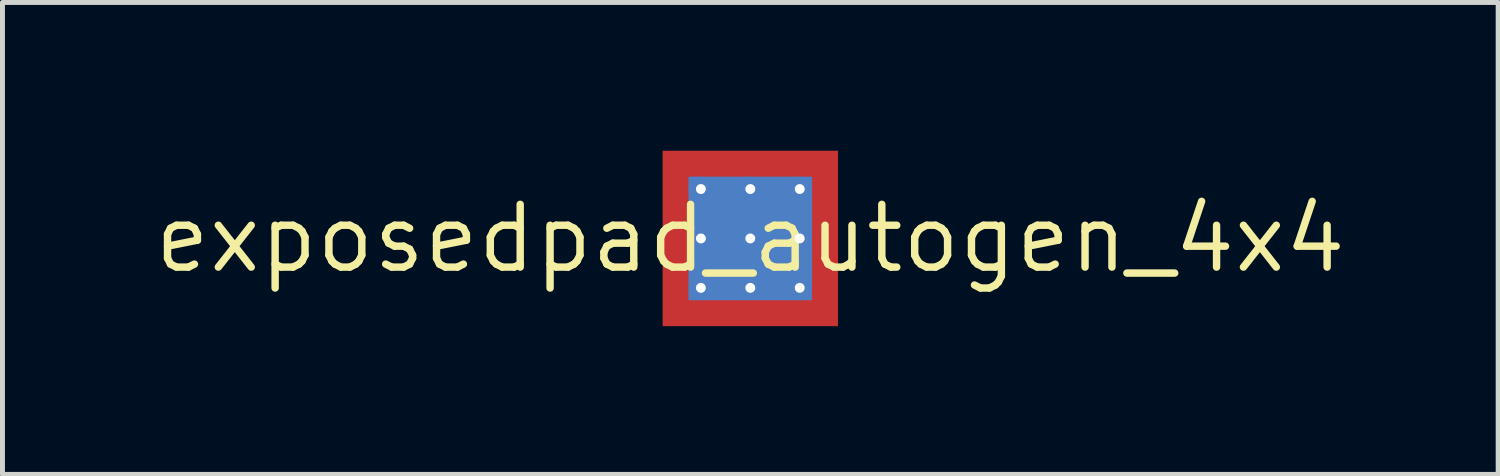
<source format=kicad_pcb>
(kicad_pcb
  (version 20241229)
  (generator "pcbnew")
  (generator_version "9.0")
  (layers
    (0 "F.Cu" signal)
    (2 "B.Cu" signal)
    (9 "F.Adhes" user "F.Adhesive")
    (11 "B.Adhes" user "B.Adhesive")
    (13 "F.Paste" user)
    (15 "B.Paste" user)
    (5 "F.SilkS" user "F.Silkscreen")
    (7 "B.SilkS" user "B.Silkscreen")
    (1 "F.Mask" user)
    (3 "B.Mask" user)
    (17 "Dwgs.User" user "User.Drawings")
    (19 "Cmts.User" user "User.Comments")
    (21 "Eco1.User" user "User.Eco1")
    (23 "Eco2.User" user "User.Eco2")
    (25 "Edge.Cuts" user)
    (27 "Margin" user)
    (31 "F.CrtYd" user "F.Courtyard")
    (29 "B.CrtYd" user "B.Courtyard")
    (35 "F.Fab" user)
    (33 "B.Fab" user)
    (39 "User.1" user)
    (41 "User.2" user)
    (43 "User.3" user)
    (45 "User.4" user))
  (footprint "exposedpad_autogen_4x4"
    (layer "F.Cu")
    (at 12.133 1.775)
    (property "Reference" "exposedpad_autogen_4x4" (at 0 0 0) (layer "F.SilkS") (effects (font (size 1.27 1.27) (thickness 0.15))))
    (attr smd)
    (pad "" smd custom (at -1.387 -1.387) (size 0.524 0.524) (layers "F.Paste") (options (anchor circle)) (primitives (gr_poly (pts (xy -0.3 -0.3) (xy 0.3 -0.3) (xy 0.3 0.192) (xy 0.192 0.3) (xy -0.3 0.3)) (width 0) (fill yes))))
    (pad "" smd custom (at -1.387 -0.5) (size 0.542 0.542) (layers "F.Paste") (options (anchor circle)) (primitives (gr_poly (pts (xy -0.3 -0.387) (xy 0.217 -0.387) (xy 0.3 -0.305) (xy 0.3 0.305) (xy 0.217 0.387) (xy -0.3 0.387)) (width 0) (fill yes))))
    (pad "" smd custom (at -1.387 0.5) (size 0.542 0.542) (layers "F.Paste") (options (anchor circle)) (primitives (gr_poly (pts (xy -0.3 -0.387) (xy 0.217 -0.387) (xy 0.3 -0.305) (xy 0.3 0.305) (xy 0.217 0.387) (xy -0.3 0.387)) (width 0) (fill yes))))
    (pad "" smd custom (at -1.387 1.387) (size 0.524 0.524) (layers "F.Paste") (options (anchor circle)) (primitives (gr_poly (pts (xy -0.3 -0.3) (xy 0.192 -0.3) (xy 0.3 -0.192) (xy 0.3 0.3) (xy -0.3 0.3)) (width 0) (fill yes))))
    (pad "" smd custom (at -0.5 -1.387) (size 0.542 0.542) (layers "F.Paste") (options (anchor circle)) (primitives (gr_poly (pts (xy -0.387 -0.3) (xy 0.387 -0.3) (xy 0.387 0.217) (xy 0.305 0.3) (xy -0.305 0.3) (xy -0.387 0.217)) (width 0) (fill yes))))
    (pad "" smd custom (at -0.5 -0.5) (size 0.734 0.734) (layers "F.Paste") (options (anchor circle)) (primitives (gr_poly (pts (xy -0.387 -0.33) (xy -0.33 -0.387) (xy 0.33 -0.387) (xy 0.387 -0.33) (xy 0.387 0.33) (xy 0.33 0.387) (xy -0.33 0.387) (xy -0.387 0.33)) (width 0) (fill yes))))
    (pad "" smd custom (at -0.5 0.5) (size 0.734 0.734) (layers "F.Paste") (options (anchor circle)) (primitives (gr_poly (pts (xy -0.387 -0.33) (xy -0.33 -0.387) (xy 0.33 -0.387) (xy 0.387 -0.33) (xy 0.387 0.33) (xy 0.33 0.387) (xy -0.33 0.387) (xy -0.387 0.33)) (width 0) (fill yes))))
    (pad "" smd custom (at -0.5 1.387) (size 0.542 0.542) (layers "F.Paste") (options (anchor circle)) (primitives (gr_poly (pts (xy -0.387 -0.217) (xy -0.305 -0.3) (xy 0.305 -0.3) (xy 0.387 -0.217) (xy 0.387 0.3) (xy -0.387 0.3)) (width 0) (fill yes))))
    (pad "" smd custom (at 0.5 -1.387) (size 0.542 0.542) (layers "F.Paste") (options (anchor circle)) (primitives (gr_poly (pts (xy -0.387 -0.3) (xy 0.387 -0.3) (xy 0.387 0.217) (xy 0.305 0.3) (xy -0.305 0.3) (xy -0.387 0.217)) (width 0) (fill yes))))
    (pad "" smd custom (at 0.5 -0.5) (size 0.734 0.734) (layers "F.Paste") (options (anchor circle)) (primitives (gr_poly (pts (xy -0.387 -0.33) (xy -0.33 -0.387) (xy 0.33 -0.387) (xy 0.387 -0.33) (xy 0.387 0.33) (xy 0.33 0.387) (xy -0.33 0.387) (xy -0.387 0.33)) (width 0) (fill yes))))
    (pad "" smd custom (at 0.5 0.5) (size 0.734 0.734) (layers "F.Paste") (options (anchor circle)) (primitives (gr_poly (pts (xy -0.387 -0.33) (xy -0.33 -0.387) (xy 0.33 -0.387) (xy 0.387 -0.33) (xy 0.387 0.33) (xy 0.33 0.387) (xy -0.33 0.387) (xy -0.387 0.33)) (width 0) (fill yes))))
    (pad "" smd custom (at 0.5 1.387) (size 0.542 0.542) (layers "F.Paste") (options (anchor circle)) (primitives (gr_poly (pts (xy -0.387 -0.217) (xy -0.305 -0.3) (xy 0.305 -0.3) (xy 0.387 -0.217) (xy 0.387 0.3) (xy -0.387 0.3)) (width 0) (fill yes))))
    (pad "" smd custom (at 1.387 -1.387) (size 0.524 0.524) (layers "F.Paste") (options (anchor circle)) (primitives (gr_poly (pts (xy -0.3 -0.3) (xy 0.3 -0.3) (xy 0.3 0.3) (xy -0.192 0.3) (xy -0.3 0.192)) (width 0) (fill yes))))
    (pad "" smd custom (at 1.387 -0.5) (size 0.542 0.542) (layers "F.Paste") (options (anchor circle)) (primitives (gr_poly (pts (xy -0.3 -0.305) (xy -0.217 -0.387) (xy 0.3 -0.387) (xy 0.3 0.387) (xy -0.217 0.387) (xy -0.3 0.305)) (width 0) (fill yes))))
    (pad "" smd custom (at 1.387 0.5) (size 0.542 0.542) (layers "F.Paste") (options (anchor circle)) (primitives (gr_poly (pts (xy -0.3 -0.305) (xy -0.217 -0.387) (xy 0.3 -0.387) (xy 0.3 0.387) (xy -0.217 0.387) (xy -0.3 0.305)) (width 0) (fill yes))))
    (pad "" smd custom (at 1.387 1.387) (size 0.524 0.524) (layers "F.Paste") (options (anchor circle)) (primitives (gr_poly (pts (xy -0.3 -0.192) (xy -0.192 -0.3) (xy 0.3 -0.3) (xy 0.3 0.3) (xy -0.3 0.3)) (width 0) (fill yes))))
    (pad "33" thru_hole circle (at -1 -1) (size 0.5 0.5) (drill 0.2) (property pad_prop_heatsink) (layers "*.Cu"))
    (pad "33" thru_hole circle (at -1 0) (size 0.5 0.5) (drill 0.2) (property pad_prop_heatsink) (layers "*.Cu"))
    (pad "33" thru_hole circle (at -1 1) (size 0.5 0.5) (drill 0.2) (property pad_prop_heatsink) (layers "*.Cu"))
    (pad "33" thru_hole circle (at 0 -1) (size 0.5 0.5) (drill 0.2) (property pad_prop_heatsink) (layers "*.Cu"))
    (pad "33" thru_hole circle (at 0 0) (size 0.5 0.5) (drill 0.2) (property pad_prop_heatsink) (layers "*.Cu"))
    (pad "33" smd rect (at 0 0) (size 2.5 2.5) (property pad_prop_heatsink) (layers "B.Cu"))
    (pad "33" smd rect (at 0 0) (size 3.55 3.55) (property pad_prop_heatsink) (layers "F.Cu" "F.Mask"))
    (pad "33" thru_hole circle (at 0 1) (size 0.5 0.5) (drill 0.2) (property pad_prop_heatsink) (layers "*.Cu"))
    (pad "33" thru_hole circle (at 1 -1) (size 0.5 0.5) (drill 0.2) (property pad_prop_heatsink) (layers "*.Cu"))
    (pad "33" thru_hole circle (at 1 0) (size 0.5 0.5) (drill 0.2) (property pad_prop_heatsink) (layers "*.Cu"))
    (pad "33" thru_hole circle (at 1 1) (size 0.5 0.5) (drill 0.2) (property pad_prop_heatsink) (layers "*.Cu")))
  (gr_rect
    (start -3 -3)
    (end 27.266 6.55)
    (stroke (width 0.1) (type default))
    (fill no)
    (layer "Edge.Cuts")))
</source>
